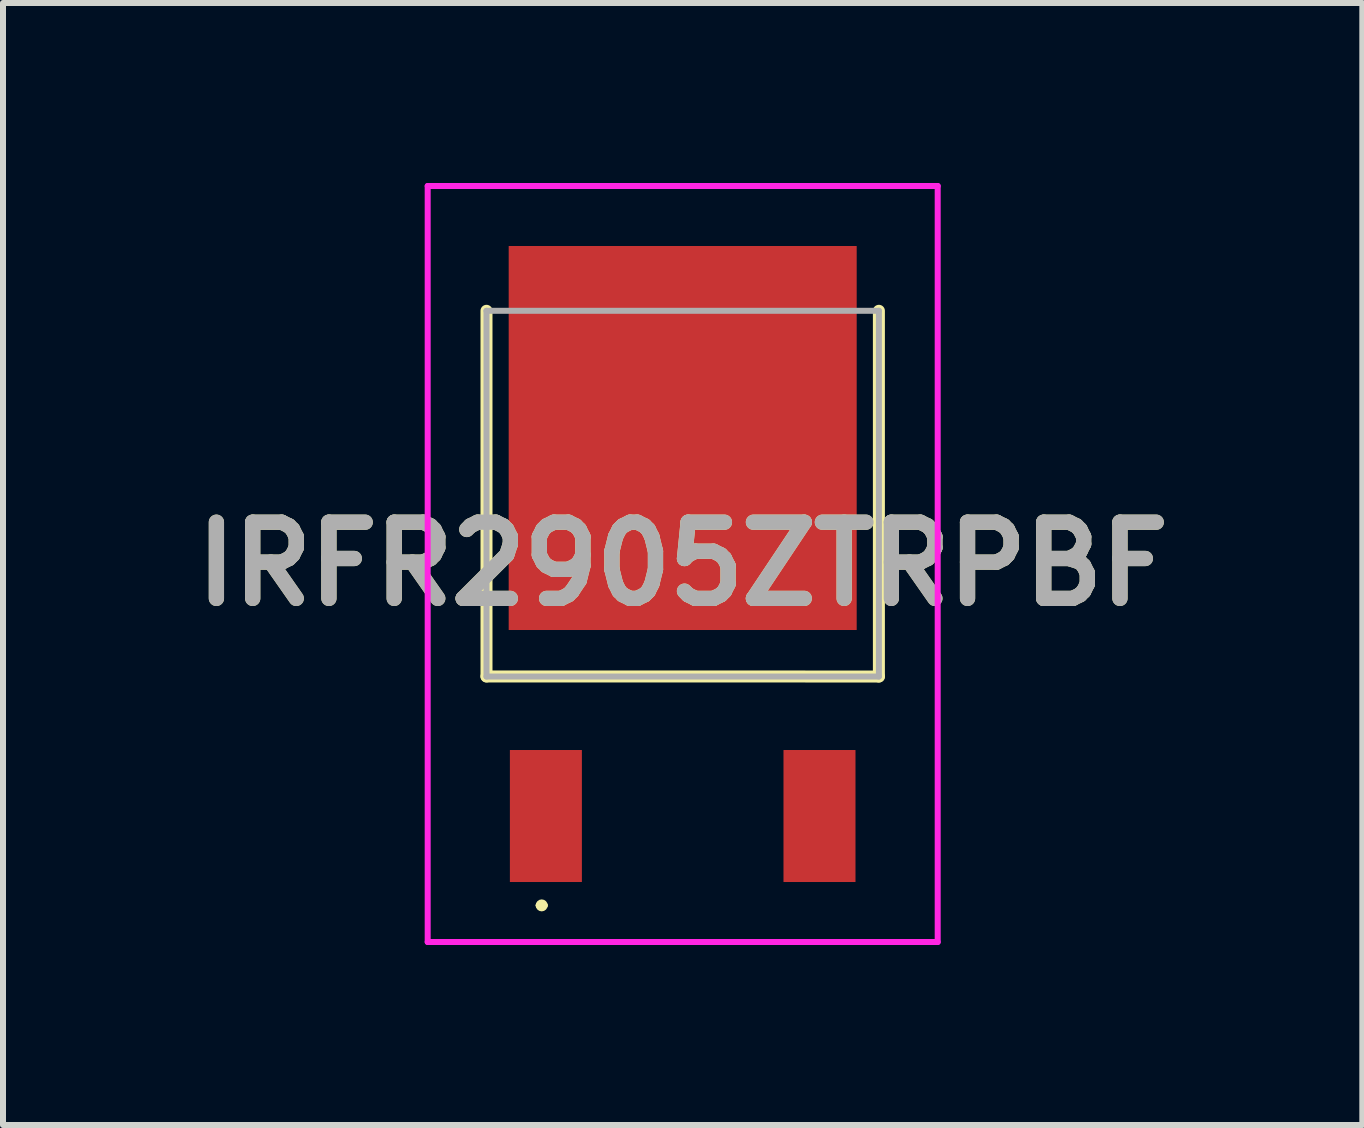
<source format=kicad_pcb>
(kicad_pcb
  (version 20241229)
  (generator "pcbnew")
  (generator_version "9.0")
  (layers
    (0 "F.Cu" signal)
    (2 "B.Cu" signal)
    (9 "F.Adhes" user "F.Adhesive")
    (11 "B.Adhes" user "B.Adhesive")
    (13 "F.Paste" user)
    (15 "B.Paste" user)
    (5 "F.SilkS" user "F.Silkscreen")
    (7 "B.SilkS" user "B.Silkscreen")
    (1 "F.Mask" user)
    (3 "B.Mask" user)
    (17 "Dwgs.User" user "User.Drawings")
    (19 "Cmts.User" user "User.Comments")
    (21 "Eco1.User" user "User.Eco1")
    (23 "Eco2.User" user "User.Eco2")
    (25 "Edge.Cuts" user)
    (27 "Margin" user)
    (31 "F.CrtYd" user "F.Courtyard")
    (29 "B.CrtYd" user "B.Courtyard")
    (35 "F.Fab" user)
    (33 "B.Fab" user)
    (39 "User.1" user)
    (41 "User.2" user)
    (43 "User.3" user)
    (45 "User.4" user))
  (footprint "IRFR2905ZTRPBF"
    (layer "F.Cu")
    (at 8.328 5.177)
    (property "Reference" "IRFR2905ZTRPBF" (at 0 1.172 0) (layer "F.SilkS") (effects (font (size 1.27 1.27) (thickness 0.254))))
    (attr smd)
    (fp_line (start -3.27 -3.047) (end -3.27 3.047) (stroke (width 0.2) (type solid)) (layer "F.SilkS"))
    (fp_line (start -3.27 3.047) (end 3.27 3.048) (stroke (width 0.2) (type solid)) (layer "F.SilkS"))
    (fp_line (start -2.4 6.863) (end -2.4 6.863) (stroke (width 0.1) (type solid)) (layer "F.SilkS"))
    (fp_line (start -2.3 6.863) (end -2.3 6.863) (stroke (width 0.1) (type solid)) (layer "F.SilkS"))
    (fp_line (start 3.27 3.048) (end 3.27 -3.047) (stroke (width 0.2) (type solid)) (layer "F.SilkS"))
    (fp_arc (start -2.4 6.862) (mid -2.3495 6.8125) (end -2.3 6.863) (stroke (width 0.1) (type solid)) (layer "F.SilkS"))
    (fp_arc (start -2.3 6.862) (mid -2.3495 6.9125) (end -2.4 6.863) (stroke (width 0.1) (type solid)) (layer "F.SilkS"))
    (fp_line (start -4.25 -5.127) (end 4.25 -5.127) (stroke (width 0.1) (type solid)) (layer "F.CrtYd"))
    (fp_line (start -4.25 7.473) (end -4.25 -5.127) (stroke (width 0.1) (type solid)) (layer "F.CrtYd"))
    (fp_line (start 4.25 -5.127) (end 4.25 7.473) (stroke (width 0.1) (type solid)) (layer "F.CrtYd"))
    (fp_line (start 4.25 7.473) (end -4.25 7.473) (stroke (width 0.1) (type solid)) (layer "F.CrtYd"))
    (fp_line (start -3.27 -3.047) (end 3.27 -3.047) (stroke (width 0.1) (type solid)) (layer "F.Fab"))
    (fp_line (start -3.27 3.048) (end -3.27 -3.047) (stroke (width 0.1) (type solid)) (layer "F.Fab"))
    (fp_line (start 3.27 -3.047) (end 3.27 3.048) (stroke (width 0.1) (type solid)) (layer "F.Fab"))
    (fp_line (start 3.27 3.048) (end -3.27 3.048) (stroke (width 0.1) (type solid)) (layer "F.Fab"))
    (fp_text user "${REFERENCE}" (at 0 1.172 0) (layer "F.Fab") (effects (font (size 1.27 1.27) (thickness 0.254))))
    (pad "1" smd rect (at -2.28 5.373) (size 1.2 2.2) (layers "F.Cu" "F.Mask" "F.Paste"))
    (pad "2" smd rect (at 0 -0.927) (size 5.8 6.4) (layers "F.Cu" "F.Mask" "F.Paste"))
    (pad "3" smd rect (at 2.28 5.373) (size 1.2 2.2) (layers "F.Cu" "F.Mask" "F.Paste")))
  (gr_rect
    (start -3 -3)
    (end 19.655 15.7)
    (stroke (width 0.1) (type default))
    (fill no)
    (layer "Edge.Cuts")))
</source>
